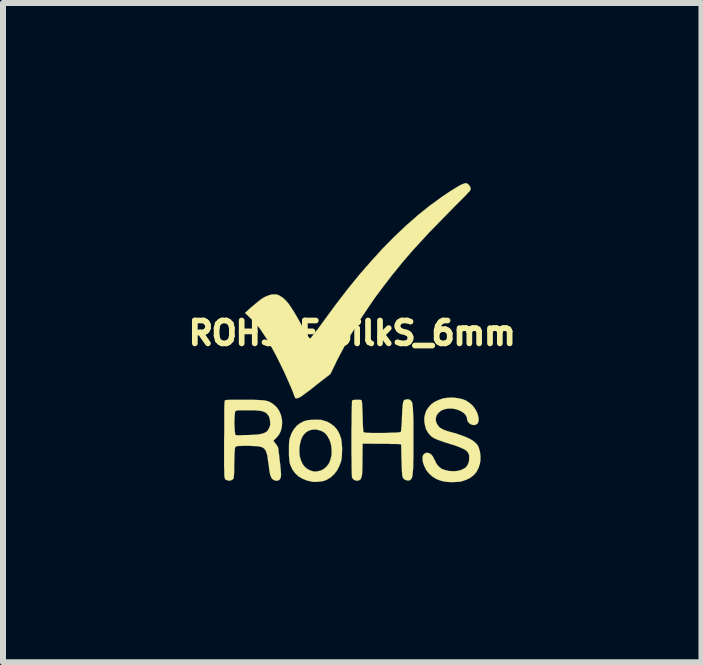
<source format=kicad_pcb>
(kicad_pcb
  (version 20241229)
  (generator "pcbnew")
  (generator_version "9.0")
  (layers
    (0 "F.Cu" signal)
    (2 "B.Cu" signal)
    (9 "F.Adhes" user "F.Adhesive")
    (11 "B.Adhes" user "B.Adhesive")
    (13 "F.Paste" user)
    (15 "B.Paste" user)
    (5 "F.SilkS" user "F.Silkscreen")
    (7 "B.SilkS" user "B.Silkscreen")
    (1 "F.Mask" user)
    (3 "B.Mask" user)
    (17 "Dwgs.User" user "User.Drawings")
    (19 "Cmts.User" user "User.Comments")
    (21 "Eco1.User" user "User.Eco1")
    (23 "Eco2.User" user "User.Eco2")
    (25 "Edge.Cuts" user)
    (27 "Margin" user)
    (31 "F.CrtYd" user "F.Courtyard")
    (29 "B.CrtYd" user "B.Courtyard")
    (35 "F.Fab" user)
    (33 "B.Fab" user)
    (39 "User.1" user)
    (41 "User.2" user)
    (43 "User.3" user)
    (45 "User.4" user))
  (footprint "ROHS_F.SilkS_6mm"
    (layer "F.Cu")
    (at 2.817 2.498)
    (property "Reference" "ROHS_F.SilkS_6mm" (at 0 0 0) (layer "F.SilkS") (effects (font (size 0.381 0.381) (thickness 0.127))))
    (attr through_hole)
    (fp_poly (pts (xy -0.168 1.92) (xy -0.17 1.984) (xy -0.173 2.045) (xy -0.178 2.098) (xy -0.185 2.134) (xy -0.216 2.217) (xy -0.254 2.289) (xy -0.302 2.352) (xy -0.343 2.388) (xy -0.343 1.961) (xy -0.348 1.887) (xy -0.363 1.819) (xy -0.384 1.768) (xy -0.417 1.709) (xy -0.455 1.666) (xy -0.5 1.636) (xy -0.549 1.618) (xy -0.61 1.605) (xy -0.665 1.608) (xy -0.719 1.623) (xy -0.767 1.651) (xy -0.775 1.659) (xy -0.81 1.694) (xy -0.836 1.737) (xy -0.856 1.788) (xy -0.871 1.852) (xy -0.879 1.9) (xy -0.881 1.981) (xy -0.874 2.055) (xy -0.853 2.123) (xy -0.826 2.182) (xy -0.785 2.233) (xy -0.747 2.263) (xy -0.693 2.291) (xy -0.638 2.306) (xy -0.582 2.304) (xy -0.523 2.289) (xy -0.508 2.283) (xy -0.467 2.258) (xy -0.427 2.223) (xy -0.394 2.179) (xy -0.384 2.162) (xy -0.361 2.101) (xy -0.345 2.032) (xy -0.343 1.961) (xy -0.343 2.388) (xy -0.358 2.403) (xy -0.422 2.441) (xy -0.478 2.464) (xy -0.523 2.471) (xy -0.572 2.477) (xy -0.622 2.479) (xy -0.663 2.477) (xy -0.752 2.456) (xy -0.828 2.426) (xy -0.897 2.385) (xy -0.95 2.334) (xy -0.996 2.273) (xy -1.029 2.202) (xy -1.039 2.167) (xy -1.046 2.136) (xy -1.049 2.095) (xy -1.054 2.045) (xy -1.054 1.989) (xy -1.054 1.933) (xy -1.054 1.877) (xy -1.052 1.824) (xy -1.046 1.783) (xy -1.041 1.75) (xy -1.039 1.748) (xy -1.011 1.669) (xy -0.973 1.603) (xy -0.927 1.547) (xy -0.869 1.501) (xy -0.803 1.468) (xy -0.772 1.458) (xy -0.734 1.45) (xy -0.683 1.445) (xy -0.63 1.443) (xy -0.577 1.443) (xy -0.526 1.445) (xy -0.503 1.45) (xy -0.424 1.473) (xy -0.358 1.509) (xy -0.3 1.554) (xy -0.251 1.61) (xy -0.213 1.679) (xy -0.185 1.758) (xy -0.178 1.803) (xy -0.173 1.859) (xy -0.168 1.92)) (stroke (width 0.003) (type solid)) (fill yes) (layer "F.SilkS"))
    (fp_poly (pts (xy 1.974 -2.408) (xy 1.968 -2.388) (xy 1.961 -2.37) (xy 1.953 -2.362) (xy 1.935 -2.344) (xy 1.91 -2.316) (xy 1.877 -2.281) (xy 1.836 -2.24) (xy 1.788 -2.192) (xy 1.737 -2.141) (xy 1.681 -2.085) (xy 1.623 -2.024) (xy 1.605 -2.007) (xy 1.486 -1.885) (xy 1.377 -1.773) (xy 1.275 -1.669) (xy 1.184 -1.57) (xy 1.095 -1.473) (xy 1.011 -1.382) (xy 0.932 -1.29) (xy 0.853 -1.199) (xy 0.777 -1.105) (xy 0.699 -1.008) (xy 0.688 -0.998) (xy 0.526 -0.787) (xy 0.373 -0.582) (xy 0.234 -0.378) (xy 0.102 -0.178) (xy -0.023 0.025) (xy -0.137 0.234) (xy -0.249 0.445) (xy -0.284 0.518) (xy -0.363 0.681) (xy -0.521 0.803) (xy -0.599 0.864) (xy -0.665 0.917) (xy -0.724 0.963) (xy -0.772 0.998) (xy -0.81 1.026) (xy -0.841 1.049) (xy -0.864 1.064) (xy -0.879 1.072) (xy -0.904 1.082) (xy -0.927 1.087) (xy -0.942 1.085) (xy -0.947 1.082) (xy -0.953 1.074) (xy -0.96 1.054) (xy -0.973 1.024) (xy -0.986 0.988) (xy -0.998 0.955) (xy -1.064 0.803) (xy -1.13 0.655) (xy -1.199 0.513) (xy -1.267 0.376) (xy -1.336 0.249) (xy -1.402 0.13) (xy -1.471 0.025) (xy -1.534 -0.069) (xy -1.547 -0.086) (xy -1.598 -0.147) (xy -1.659 -0.213) (xy -1.727 -0.279) (xy -1.758 -0.31) (xy -1.786 -0.335) (xy -1.697 -0.417) (xy -1.628 -0.475) (xy -1.567 -0.526) (xy -1.514 -0.566) (xy -1.466 -0.597) (xy -1.422 -0.617) (xy -1.379 -0.632) (xy -1.341 -0.643) (xy -1.318 -0.643) (xy -1.288 -0.645) (xy -1.265 -0.643) (xy -1.242 -0.638) (xy -1.217 -0.627) (xy -1.212 -0.625) (xy -1.176 -0.602) (xy -1.138 -0.574) (xy -1.1 -0.536) (xy -1.059 -0.488) (xy -1.019 -0.429) (xy -0.973 -0.358) (xy -0.925 -0.277) (xy -0.889 -0.213) (xy -0.846 -0.135) (xy -0.808 -0.069) (xy -0.777 -0.013) (xy -0.752 0.03) (xy -0.732 0.058) (xy -0.721 0.076) (xy -0.709 0.086) (xy -0.701 0.086) (xy -0.693 0.084) (xy -0.681 0.069) (xy -0.66 0.043) (xy -0.632 0.008) (xy -0.597 -0.036) (xy -0.559 -0.086) (xy -0.516 -0.145) (xy -0.472 -0.206) (xy -0.274 -0.475) (xy -0.079 -0.729) (xy 0.117 -0.97) (xy 0.312 -1.194) (xy 0.505 -1.407) (xy 0.699 -1.603) (xy 0.894 -1.788) (xy 1.087 -1.958) (xy 1.283 -2.116) (xy 1.478 -2.258) (xy 1.575 -2.324) (xy 1.646 -2.372) (xy 1.709 -2.41) (xy 1.76 -2.441) (xy 1.803 -2.466) (xy 1.839 -2.482) (xy 1.867 -2.492) (xy 1.89 -2.497) (xy 1.908 -2.494) (xy 1.925 -2.484) (xy 1.946 -2.464) (xy 1.961 -2.441) (xy 1.971 -2.418) (xy 1.974 -2.408)) (stroke (width 0.003) (type solid)) (fill yes) (layer "F.SilkS"))
    (fp_poly (pts (xy 2.136 2.062) (xy 2.134 2.129) (xy 2.126 2.177) (xy 2.103 2.248) (xy 2.07 2.311) (xy 2.024 2.365) (xy 1.966 2.41) (xy 1.9 2.443) (xy 1.824 2.469) (xy 1.814 2.471) (xy 1.781 2.477) (xy 1.737 2.479) (xy 1.687 2.482) (xy 1.638 2.482) (xy 1.593 2.479) (xy 1.557 2.477) (xy 1.476 2.459) (xy 1.402 2.431) (xy 1.336 2.39) (xy 1.28 2.339) (xy 1.232 2.281) (xy 1.199 2.212) (xy 1.181 2.164) (xy 1.171 2.111) (xy 1.171 2.065) (xy 1.181 2.032) (xy 1.201 2.009) (xy 1.229 1.996) (xy 1.25 1.994) (xy 1.285 2.002) (xy 1.316 2.022) (xy 1.344 2.057) (xy 1.369 2.108) (xy 1.374 2.116) (xy 1.402 2.174) (xy 1.435 2.217) (xy 1.478 2.253) (xy 1.501 2.266) (xy 1.554 2.283) (xy 1.61 2.296) (xy 1.669 2.301) (xy 1.73 2.299) (xy 1.786 2.289) (xy 1.834 2.271) (xy 1.877 2.248) (xy 1.897 2.23) (xy 1.92 2.2) (xy 1.935 2.167) (xy 1.946 2.126) (xy 1.946 2.113) (xy 1.948 2.073) (xy 1.948 2.04) (xy 1.938 2.009) (xy 1.923 1.984) (xy 1.9 1.958) (xy 1.864 1.935) (xy 1.821 1.915) (xy 1.765 1.892) (xy 1.697 1.867) (xy 1.636 1.849) (xy 1.557 1.824) (xy 1.494 1.803) (xy 1.44 1.783) (xy 1.394 1.765) (xy 1.359 1.748) (xy 1.331 1.73) (xy 1.306 1.709) (xy 1.285 1.687) (xy 1.265 1.661) (xy 1.26 1.654) (xy 1.229 1.6) (xy 1.212 1.537) (xy 1.201 1.471) (xy 1.201 1.402) (xy 1.212 1.354) (xy 1.234 1.29) (xy 1.273 1.234) (xy 1.318 1.184) (xy 1.377 1.143) (xy 1.443 1.113) (xy 1.516 1.087) (xy 1.595 1.077) (xy 1.679 1.074) (xy 1.763 1.085) (xy 1.834 1.1) (xy 1.897 1.125) (xy 1.953 1.163) (xy 1.996 1.199) (xy 2.032 1.242) (xy 2.06 1.285) (xy 2.083 1.333) (xy 2.098 1.382) (xy 2.106 1.425) (xy 2.103 1.466) (xy 2.093 1.499) (xy 2.08 1.511) (xy 2.057 1.527) (xy 2.027 1.532) (xy 1.994 1.527) (xy 1.966 1.514) (xy 1.941 1.494) (xy 1.92 1.463) (xy 1.913 1.433) (xy 1.913 1.43) (xy 1.905 1.394) (xy 1.885 1.359) (xy 1.854 1.328) (xy 1.814 1.303) (xy 1.765 1.28) (xy 1.714 1.265) (xy 1.659 1.257) (xy 1.605 1.257) (xy 1.577 1.26) (xy 1.521 1.273) (xy 1.476 1.295) (xy 1.438 1.328) (xy 1.433 1.331) (xy 1.405 1.372) (xy 1.392 1.415) (xy 1.392 1.46) (xy 1.407 1.506) (xy 1.415 1.519) (xy 1.435 1.549) (xy 1.46 1.575) (xy 1.494 1.595) (xy 1.534 1.615) (xy 1.587 1.633) (xy 1.621 1.643) (xy 1.725 1.671) (xy 1.814 1.702) (xy 1.89 1.73) (xy 1.953 1.76) (xy 2.004 1.788) (xy 2.045 1.821) (xy 2.078 1.854) (xy 2.101 1.89) (xy 2.118 1.941) (xy 2.131 1.999) (xy 2.136 2.062)) (stroke (width 0.003) (type solid)) (fill yes) (layer "F.SilkS"))
    (fp_poly (pts (xy 1.019 1.892) (xy 1.019 1.991) (xy 1.019 2.08) (xy 1.016 2.154) (xy 1.016 2.217) (xy 1.013 2.271) (xy 1.008 2.316) (xy 1.006 2.352) (xy 1.001 2.383) (xy 0.996 2.403) (xy 0.988 2.421) (xy 0.98 2.433) (xy 0.97 2.443) (xy 0.96 2.451) (xy 0.958 2.451) (xy 0.932 2.456) (xy 0.902 2.451) (xy 0.874 2.441) (xy 0.859 2.428) (xy 0.851 2.418) (xy 0.843 2.408) (xy 0.838 2.393) (xy 0.833 2.37) (xy 0.831 2.342) (xy 0.828 2.306) (xy 0.826 2.258) (xy 0.823 2.2) (xy 0.823 2.129) (xy 0.82 2.09) (xy 0.815 1.854) (xy 0.785 1.849) (xy 0.77 1.849) (xy 0.742 1.847) (xy 0.704 1.847) (xy 0.655 1.847) (xy 0.599 1.844) (xy 0.538 1.844) (xy 0.472 1.844) (xy 0.465 1.844) (xy 0.173 1.841) (xy 0.17 2.101) (xy 0.17 2.177) (xy 0.168 2.238) (xy 0.168 2.291) (xy 0.165 2.329) (xy 0.163 2.362) (xy 0.157 2.388) (xy 0.152 2.405) (xy 0.147 2.421) (xy 0.14 2.431) (xy 0.13 2.441) (xy 0.107 2.456) (xy 0.079 2.459) (xy 0.046 2.451) (xy 0.03 2.446) (xy 0.013 2.428) (xy 0 2.41) (xy -0.003 2.41) (xy -0.005 2.398) (xy -0.005 2.372) (xy -0.008 2.337) (xy -0.008 2.289) (xy -0.01 2.23) (xy -0.01 2.164) (xy -0.01 2.093) (xy -0.013 2.017) (xy -0.013 1.933) (xy -0.013 1.849) (xy -0.013 1.765) (xy -0.013 1.679) (xy -0.013 1.595) (xy -0.01 1.514) (xy -0.01 1.435) (xy -0.01 1.364) (xy -0.008 1.298) (xy -0.008 1.242) (xy -0.005 1.194) (xy -0.005 1.158) (xy -0.003 1.133) (xy 0 1.123) (xy 0.013 1.115) (xy 0.036 1.113) (xy 0.064 1.11) (xy 0.094 1.11) (xy 0.124 1.11) (xy 0.145 1.115) (xy 0.155 1.12) (xy 0.157 1.13) (xy 0.163 1.153) (xy 0.165 1.191) (xy 0.168 1.24) (xy 0.17 1.3) (xy 0.173 1.372) (xy 0.175 1.433) (xy 0.175 1.488) (xy 0.178 1.537) (xy 0.18 1.58) (xy 0.183 1.61) (xy 0.183 1.631) (xy 0.185 1.636) (xy 0.188 1.646) (xy 0.193 1.651) (xy 0.208 1.656) (xy 0.231 1.659) (xy 0.246 1.661) (xy 0.279 1.661) (xy 0.32 1.664) (xy 0.371 1.664) (xy 0.427 1.664) (xy 0.483 1.664) (xy 0.541 1.664) (xy 0.599 1.661) (xy 0.653 1.659) (xy 0.704 1.659) (xy 0.744 1.656) (xy 0.777 1.654) (xy 0.8 1.648) (xy 0.808 1.646) (xy 0.813 1.636) (xy 0.815 1.613) (xy 0.818 1.575) (xy 0.823 1.529) (xy 0.826 1.473) (xy 0.828 1.407) (xy 0.831 1.349) (xy 0.833 1.285) (xy 0.838 1.232) (xy 0.841 1.194) (xy 0.846 1.163) (xy 0.851 1.14) (xy 0.859 1.125) (xy 0.869 1.115) (xy 0.881 1.11) (xy 0.919 1.102) (xy 0.953 1.107) (xy 0.978 1.125) (xy 0.996 1.153) (xy 1.001 1.168) (xy 1.003 1.191) (xy 1.008 1.222) (xy 1.011 1.262) (xy 1.013 1.311) (xy 1.016 1.369) (xy 1.019 1.44) (xy 1.019 1.521) (xy 1.019 1.618) (xy 1.019 1.725) (xy 1.019 1.778) (xy 1.019 1.892)) (stroke (width 0.003) (type solid)) (fill yes) (layer "F.SilkS"))
    (fp_poly (pts (xy -1.168 1.494) (xy -1.173 1.565) (xy -1.189 1.628) (xy -1.217 1.687) (xy -1.257 1.737) (xy -1.27 1.75) (xy -1.313 1.793) (xy -1.28 1.839) (xy -1.26 1.862) (xy -1.247 1.885) (xy -1.237 1.902) (xy -1.234 1.915) (xy -1.229 1.943) (xy -1.227 1.979) (xy -1.219 2.022) (xy -1.214 2.073) (xy -1.209 2.123) (xy -1.201 2.177) (xy -1.196 2.228) (xy -1.191 2.276) (xy -1.189 2.314) (xy -1.186 2.347) (xy -1.186 2.365) (xy -1.191 2.405) (xy -1.206 2.436) (xy -1.229 2.454) (xy -1.26 2.459) (xy -1.293 2.454) (xy -1.316 2.441) (xy -1.336 2.426) (xy -1.351 2.4) (xy -1.364 2.367) (xy -1.367 2.357) (xy -1.367 1.524) (xy -1.367 1.499) (xy -1.367 1.481) (xy -1.374 1.43) (xy -1.387 1.389) (xy -1.41 1.356) (xy -1.427 1.336) (xy -1.448 1.323) (xy -1.468 1.311) (xy -1.494 1.303) (xy -1.529 1.295) (xy -1.577 1.29) (xy -1.58 1.29) (xy -1.608 1.288) (xy -1.643 1.285) (xy -1.687 1.285) (xy -1.732 1.285) (xy -1.781 1.285) (xy -1.826 1.285) (xy -1.867 1.285) (xy -1.902 1.288) (xy -1.925 1.29) (xy -1.935 1.293) (xy -1.943 1.298) (xy -1.948 1.308) (xy -1.953 1.323) (xy -1.956 1.349) (xy -1.958 1.382) (xy -1.961 1.43) (xy -1.961 1.433) (xy -1.963 1.471) (xy -1.963 1.514) (xy -1.961 1.557) (xy -1.958 1.6) (xy -1.956 1.638) (xy -1.951 1.671) (xy -1.948 1.692) (xy -1.946 1.697) (xy -1.935 1.699) (xy -1.915 1.702) (xy -1.885 1.702) (xy -1.844 1.702) (xy -1.798 1.699) (xy -1.753 1.699) (xy -1.704 1.697) (xy -1.656 1.694) (xy -1.613 1.692) (xy -1.577 1.689) (xy -1.56 1.687) (xy -1.501 1.676) (xy -1.455 1.659) (xy -1.433 1.646) (xy -1.415 1.633) (xy -1.402 1.613) (xy -1.389 1.59) (xy -1.377 1.565) (xy -1.369 1.544) (xy -1.367 1.524) (xy -1.367 2.357) (xy -1.374 2.324) (xy -1.384 2.266) (xy -1.384 2.258) (xy -1.389 2.212) (xy -1.397 2.162) (xy -1.405 2.111) (xy -1.407 2.088) (xy -1.415 2.035) (xy -1.427 1.994) (xy -1.438 1.966) (xy -1.453 1.941) (xy -1.471 1.92) (xy -1.494 1.905) (xy -1.521 1.895) (xy -1.562 1.887) (xy -1.613 1.882) (xy -1.628 1.882) (xy -1.671 1.88) (xy -1.717 1.877) (xy -1.765 1.877) (xy -1.814 1.877) (xy -1.857 1.88) (xy -1.892 1.88) (xy -1.918 1.885) (xy -1.93 1.887) (xy -1.938 1.89) (xy -1.946 1.897) (xy -1.951 1.905) (xy -1.953 1.92) (xy -1.956 1.941) (xy -1.958 1.971) (xy -1.961 2.009) (xy -1.963 2.057) (xy -1.963 2.121) (xy -1.966 2.169) (xy -1.966 2.238) (xy -1.966 2.294) (xy -1.968 2.339) (xy -1.971 2.372) (xy -1.974 2.398) (xy -1.976 2.416) (xy -1.984 2.428) (xy -1.989 2.436) (xy -1.999 2.443) (xy -2.009 2.449) (xy -2.014 2.449) (xy -2.042 2.459) (xy -2.068 2.456) (xy -2.088 2.449) (xy -2.095 2.446) (xy -2.103 2.443) (xy -2.108 2.441) (xy -2.116 2.436) (xy -2.118 2.428) (xy -2.123 2.418) (xy -2.126 2.403) (xy -2.129 2.383) (xy -2.131 2.357) (xy -2.131 2.324) (xy -2.131 2.281) (xy -2.134 2.233) (xy -2.134 2.172) (xy -2.134 2.101) (xy -2.134 2.017) (xy -2.134 1.92) (xy -2.134 1.811) (xy -2.134 1.77) (xy -2.131 1.659) (xy -2.131 1.56) (xy -2.131 1.473) (xy -2.131 1.4) (xy -2.131 1.336) (xy -2.131 1.285) (xy -2.131 1.242) (xy -2.129 1.206) (xy -2.129 1.181) (xy -2.126 1.158) (xy -2.126 1.143) (xy -2.123 1.133) (xy -2.123 1.128) (xy -2.121 1.123) (xy -2.118 1.12) (xy -2.111 1.118) (xy -2.098 1.115) (xy -2.075 1.113) (xy -2.045 1.113) (xy -2.004 1.11) (xy -1.953 1.11) (xy -1.887 1.11) (xy -1.834 1.11) (xy -1.745 1.11) (xy -1.671 1.11) (xy -1.608 1.113) (xy -1.557 1.115) (xy -1.511 1.118) (xy -1.476 1.12) (xy -1.448 1.125) (xy -1.42 1.13) (xy -1.4 1.138) (xy -1.377 1.146) (xy -1.367 1.151) (xy -1.308 1.189) (xy -1.257 1.237) (xy -1.217 1.295) (xy -1.189 1.361) (xy -1.171 1.433) (xy -1.168 1.494)) (stroke (width 0.003) (type solid)) (fill yes) (layer "F.SilkS")))
  (gr_rect
    (start -3 -3)
    (end 8.634 7.981)
    (stroke (width 0.1) (type default))
    (fill no)
    (layer "Edge.Cuts")))
</source>
